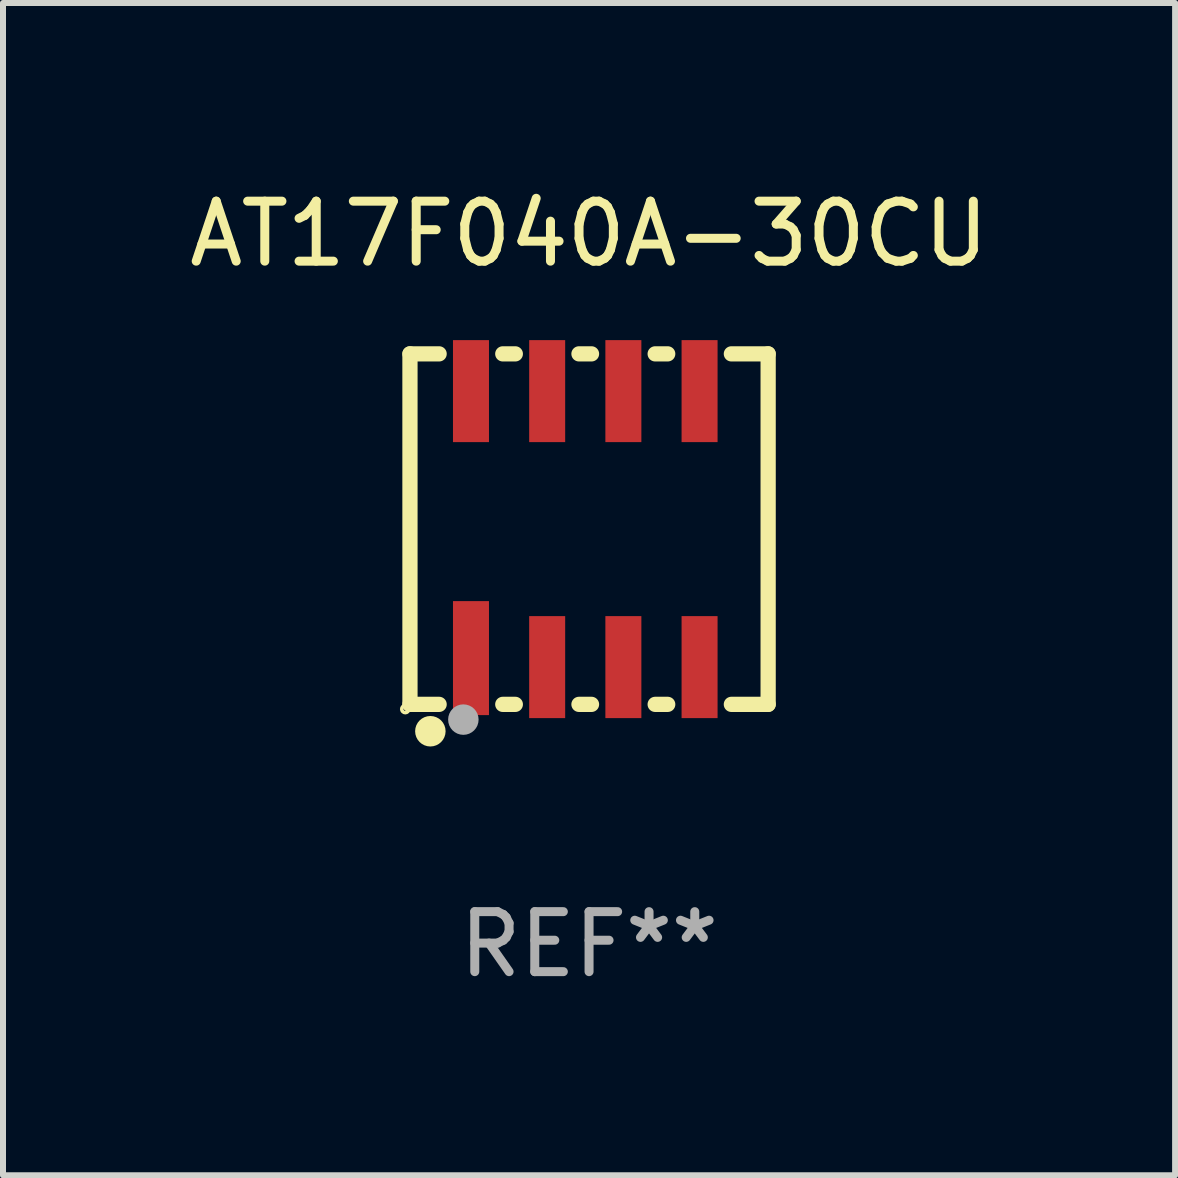
<source format=kicad_pcb>
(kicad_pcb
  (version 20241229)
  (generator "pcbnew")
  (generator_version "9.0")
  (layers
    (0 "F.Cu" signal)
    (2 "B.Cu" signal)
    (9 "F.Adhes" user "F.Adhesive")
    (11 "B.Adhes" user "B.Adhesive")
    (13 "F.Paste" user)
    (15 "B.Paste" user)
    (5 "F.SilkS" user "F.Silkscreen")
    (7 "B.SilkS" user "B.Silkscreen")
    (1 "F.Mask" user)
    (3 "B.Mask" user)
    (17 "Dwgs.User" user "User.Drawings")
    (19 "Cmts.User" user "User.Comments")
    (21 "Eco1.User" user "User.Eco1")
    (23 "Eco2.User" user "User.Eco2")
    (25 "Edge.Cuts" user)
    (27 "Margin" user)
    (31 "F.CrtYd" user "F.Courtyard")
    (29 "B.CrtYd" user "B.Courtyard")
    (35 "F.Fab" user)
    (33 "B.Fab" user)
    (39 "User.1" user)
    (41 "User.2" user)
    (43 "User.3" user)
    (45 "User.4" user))
  (footprint "AT17F040A-30CU"
    (layer "F.Cu")
    (at 6.768 5.769)
    (property "Reference" "AT17F040A-30CU" (at 0 -4.921 0) (layer "F.SilkS") (effects (font (size 1 1) (thickness 0.15))))
    (attr through_hole)
    (fp_line (start -2.985 -2.921) (end -2.985 2.921) (stroke (width 0.254) (type solid)) (layer "F.SilkS"))
    (fp_line (start -2.985 2.921) (end -2.499 2.921) (stroke (width 0.254) (type solid)) (layer "F.SilkS"))
    (fp_line (start -2.499 -2.921) (end -2.985 -2.921) (stroke (width 0.254) (type solid)) (layer "F.SilkS"))
    (fp_line (start -1.438 2.921) (end -1.229 2.921) (stroke (width 0.254) (type solid)) (layer "F.SilkS"))
    (fp_line (start -1.229 -2.921) (end -1.438 -2.921) (stroke (width 0.254) (type solid)) (layer "F.SilkS"))
    (fp_line (start -0.168 2.921) (end 0.041 2.921) (stroke (width 0.254) (type solid)) (layer "F.SilkS"))
    (fp_line (start 0.041 -2.921) (end -0.168 -2.921) (stroke (width 0.254) (type solid)) (layer "F.SilkS"))
    (fp_line (start 1.102 2.921) (end 1.311 2.921) (stroke (width 0.254) (type solid)) (layer "F.SilkS"))
    (fp_line (start 1.311 -2.921) (end 1.102 -2.921) (stroke (width 0.254) (type solid)) (layer "F.SilkS"))
    (fp_line (start 2.372 2.921) (end 2.985 2.921) (stroke (width 0.254) (type solid)) (layer "F.SilkS"))
    (fp_line (start 2.985 -2.921) (end 2.372 -2.921) (stroke (width 0.254) (type solid)) (layer "F.SilkS"))
    (fp_line (start 2.985 2.921) (end 2.985 -2.921) (stroke (width 0.254) (type solid)) (layer "F.SilkS"))
    (fp_circle (center -3.063 3) (end -3.034 3) (stroke (width 0.06) (type solid)) (fill no) (layer "F.SilkS"))
    (fp_circle (center -2.645 3.369) (end -2.518 3.369) (stroke (width 0.254) (type solid)) (fill no) (layer "F.SilkS"))
    (fp_circle (center -2.095 3.175) (end -1.968 3.175) (stroke (width 0.254) (type solid)) (fill no) (layer "F.Fab"))
    (fp_text user "REF**" (at 0 6.921 0) (layer "F.Fab") (effects (font (size 1 1) (thickness 0.15))))
    (pad "1" smd rect (at -1.968 2.15 90) (size 1.9 0.6) (layers "F.Cu" "F.Mask" "F.Paste"))
    (pad "2" smd rect (at -0.698 2.3 90) (size 1.7 0.6) (layers "F.Cu" "F.Mask" "F.Paste"))
    (pad "3" smd rect (at 0.572 2.3 90) (size 1.7 0.6) (layers "F.Cu" "F.Mask" "F.Paste"))
    (pad "4" smd rect (at 1.842 2.3 90) (size 1.7 0.6) (layers "F.Cu" "F.Mask" "F.Paste"))
    (pad "5" smd rect (at 1.842 -2.3 90) (size 1.7 0.6) (layers "F.Cu" "F.Mask" "F.Paste"))
    (pad "6" smd rect (at 0.572 -2.3 90) (size 1.7 0.6) (layers "F.Cu" "F.Mask" "F.Paste"))
    (pad "7" smd rect (at -0.698 -2.3 90) (size 1.7 0.6) (layers "F.Cu" "F.Mask" "F.Paste"))
    (pad "8" smd rect (at -1.968 -2.3 90) (size 1.7 0.6) (layers "F.Cu" "F.Mask" "F.Paste")))
  (gr_rect
    (start -3 -3)
    (end 16.536 16.539)
    (stroke (width 0.1) (type default))
    (fill no)
    (layer "Edge.Cuts")))
</source>
